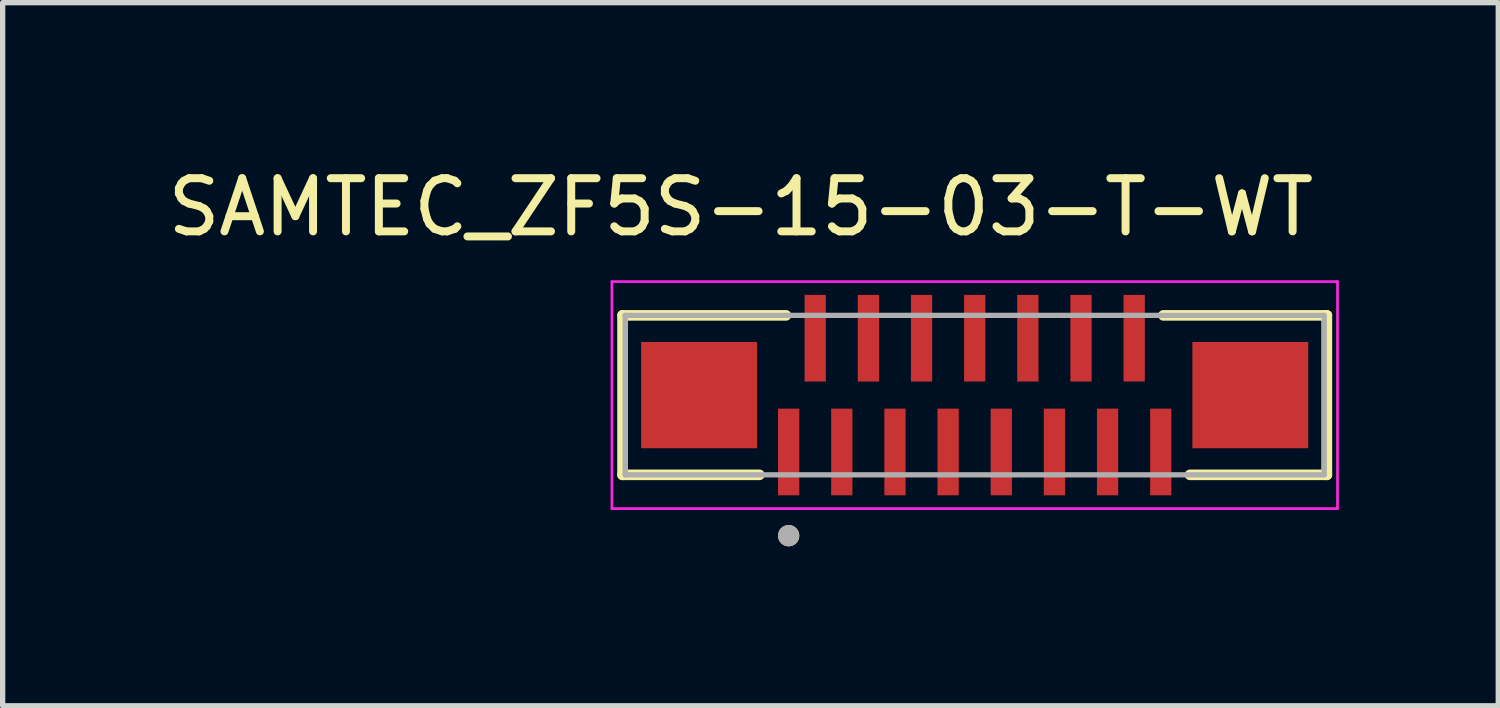
<source format=kicad_pcb>
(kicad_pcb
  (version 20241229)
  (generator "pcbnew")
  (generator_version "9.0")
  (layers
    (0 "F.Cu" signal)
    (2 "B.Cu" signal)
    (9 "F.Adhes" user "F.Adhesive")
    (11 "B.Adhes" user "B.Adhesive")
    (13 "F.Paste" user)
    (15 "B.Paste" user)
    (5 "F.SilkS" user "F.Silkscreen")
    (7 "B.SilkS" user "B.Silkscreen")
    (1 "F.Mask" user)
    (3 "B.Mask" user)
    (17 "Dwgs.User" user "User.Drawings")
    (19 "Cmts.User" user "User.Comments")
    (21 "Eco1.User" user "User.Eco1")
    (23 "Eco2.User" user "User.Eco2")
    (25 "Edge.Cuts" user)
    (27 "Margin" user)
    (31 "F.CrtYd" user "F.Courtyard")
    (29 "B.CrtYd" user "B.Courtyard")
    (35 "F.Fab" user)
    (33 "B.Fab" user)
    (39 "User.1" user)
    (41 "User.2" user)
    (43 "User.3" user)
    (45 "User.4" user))
  (footprint "SAMTEC_ZF5S-15-03-T-WT"
    (layer "F.Cu")
    (at 15.287 4.383)
    (property "Reference" "SAMTEC_ZF5S-15-03-T-WT" (at -4.4 -3.535 0) (layer "F.SilkS") (effects (font (size 1 1) (thickness 0.15))))
    (attr smd)
    (fp_line (start -6.625 -1.5) (end -6.625 1.5) (stroke (width 0.2) (type solid)) (layer "F.SilkS"))
    (fp_line (start -6.625 -1.5) (end -3.55 -1.5) (stroke (width 0.2) (type solid)) (layer "F.SilkS"))
    (fp_line (start -6.625 1.5) (end -4.05 1.5) (stroke (width 0.2) (type solid)) (layer "F.SilkS"))
    (fp_line (start 6.625 -1.5) (end 3.55 -1.5) (stroke (width 0.2) (type solid)) (layer "F.SilkS"))
    (fp_line (start 6.625 -1.5) (end 6.625 1.5) (stroke (width 0.2) (type solid)) (layer "F.SilkS"))
    (fp_line (start 6.625 1.5) (end 4.05 1.5) (stroke (width 0.2) (type solid)) (layer "F.SilkS"))
    (fp_circle (center -3.5 2.645) (end -3.4 2.645) (stroke (width 0.2) (type solid)) (fill no) (layer "F.SilkS"))
    (fp_line (start -6.825 -2.135) (end 6.825 -2.135) (stroke (width 0.05) (type solid)) (layer "F.CrtYd"))
    (fp_line (start -6.825 2.135) (end -6.825 -2.135) (stroke (width 0.05) (type solid)) (layer "F.CrtYd"))
    (fp_line (start 6.825 -2.135) (end 6.825 2.135) (stroke (width 0.05) (type solid)) (layer "F.CrtYd"))
    (fp_line (start 6.825 2.135) (end -6.825 2.135) (stroke (width 0.05) (type solid)) (layer "F.CrtYd"))
    (fp_line (start -6.575 -1.5) (end 6.575 -1.5) (stroke (width 0.1) (type solid)) (layer "F.Fab"))
    (fp_line (start -6.575 1.5) (end -6.575 -1.5) (stroke (width 0.1) (type solid)) (layer "F.Fab"))
    (fp_line (start 6.575 -1.5) (end 6.575 1.5) (stroke (width 0.1) (type solid)) (layer "F.Fab"))
    (fp_line (start 6.575 1.5) (end -6.575 1.5) (stroke (width 0.1) (type solid)) (layer "F.Fab"))
    (fp_circle (center -3.5 2.645) (end -3.4 2.645) (stroke (width 0.2) (type solid)) (fill no) (layer "F.Fab"))
    (pad "01" smd rect (at -3.5 1.07) (size 0.4 1.63) (layers "F.Cu" "F.Mask" "F.Paste"))
    (pad "02" smd rect (at -3 -1.07) (size 0.4 1.63) (layers "F.Cu" "F.Mask" "F.Paste"))
    (pad "03" smd rect (at -2.5 1.07) (size 0.4 1.63) (layers "F.Cu" "F.Mask" "F.Paste"))
    (pad "04" smd rect (at -2 -1.07) (size 0.4 1.63) (layers "F.Cu" "F.Mask" "F.Paste"))
    (pad "05" smd rect (at -1.5 1.07) (size 0.4 1.63) (layers "F.Cu" "F.Mask" "F.Paste"))
    (pad "06" smd rect (at -1 -1.07) (size 0.4 1.63) (layers "F.Cu" "F.Mask" "F.Paste"))
    (pad "07" smd rect (at -0.5 1.07) (size 0.4 1.63) (layers "F.Cu" "F.Mask" "F.Paste"))
    (pad "08" smd rect (at 0 -1.07) (size 0.4 1.63) (layers "F.Cu" "F.Mask" "F.Paste"))
    (pad "09" smd rect (at 0.5 1.07) (size 0.4 1.63) (layers "F.Cu" "F.Mask" "F.Paste"))
    (pad "10" smd rect (at 1 -1.07) (size 0.4 1.63) (layers "F.Cu" "F.Mask" "F.Paste"))
    (pad "11" smd rect (at 1.5 1.07) (size 0.4 1.63) (layers "F.Cu" "F.Mask" "F.Paste"))
    (pad "12" smd rect (at 2 -1.07) (size 0.4 1.63) (layers "F.Cu" "F.Mask" "F.Paste"))
    (pad "13" smd rect (at 2.5 1.07) (size 0.4 1.63) (layers "F.Cu" "F.Mask" "F.Paste"))
    (pad "14" smd rect (at 3 -1.07) (size 0.4 1.63) (layers "F.Cu" "F.Mask" "F.Paste"))
    (pad "15" smd rect (at 3.5 1.07) (size 0.4 1.63) (layers "F.Cu" "F.Mask" "F.Paste"))
    (pad "S1" smd rect (at -5.185 0) (size 2.18 2) (layers "F.Cu" "F.Mask" "F.Paste"))
    (pad "S2" smd rect (at 5.185 0) (size 2.18 2) (layers "F.Cu" "F.Mask" "F.Paste")))
  (gr_rect
    (start -3 -3)
    (end 25.137 10.228)
    (stroke (width 0.1) (type default))
    (fill no)
    (layer "Edge.Cuts")))
</source>
